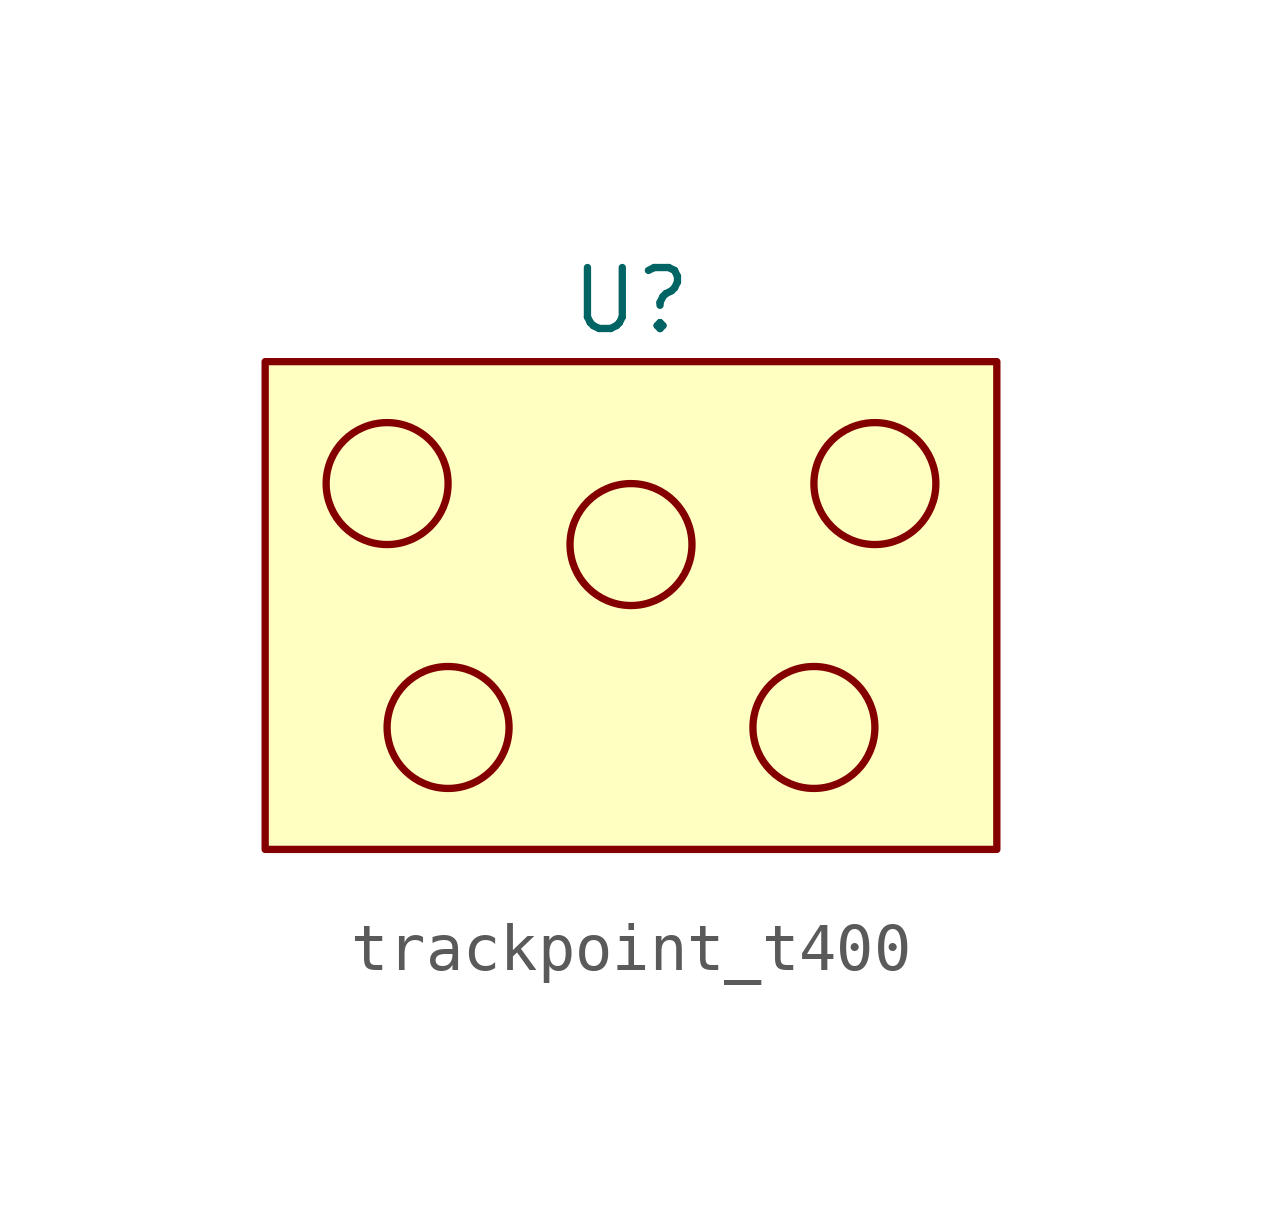
<source format=kicad_sym>
(kicad_symbol_lib
  (version 20220914)
  (generator kicad_symbol_editor)
  (symbol "trackpoint_t400"
    (property "Reference" "U"
      (at 0 1.27 0)
      (effects (font (size 1.27 1.27))))
    (property "Value" ""
      (at 0 0 0)
      (effects (font (size 1.27 1.27))))
    (symbol "trackpoint_t400_1_1"
      (rectangle (start -7.62 0) (end 7.62 -10.16) (stroke (width 0) (type default)) (fill (type background)))
      (circle (center -5.08 -2.54) (radius 1.27) (stroke (width 0) (type default)) (fill (type none)))
      (circle (center -3.81 -7.62) (radius 1.27) (stroke (width 0) (type default)) (fill (type none)))
      (circle (center 0 -3.81) (radius 1.27) (stroke (width 0) (type default)) (fill (type none)))
      (circle (center 3.81 -7.62) (radius 1.27) (stroke (width 0) (type default)) (fill (type none)))
      (circle (center 5.08 -2.54) (radius 1.27) (stroke (width 0) (type default)) (fill (type none))))))
</source>
